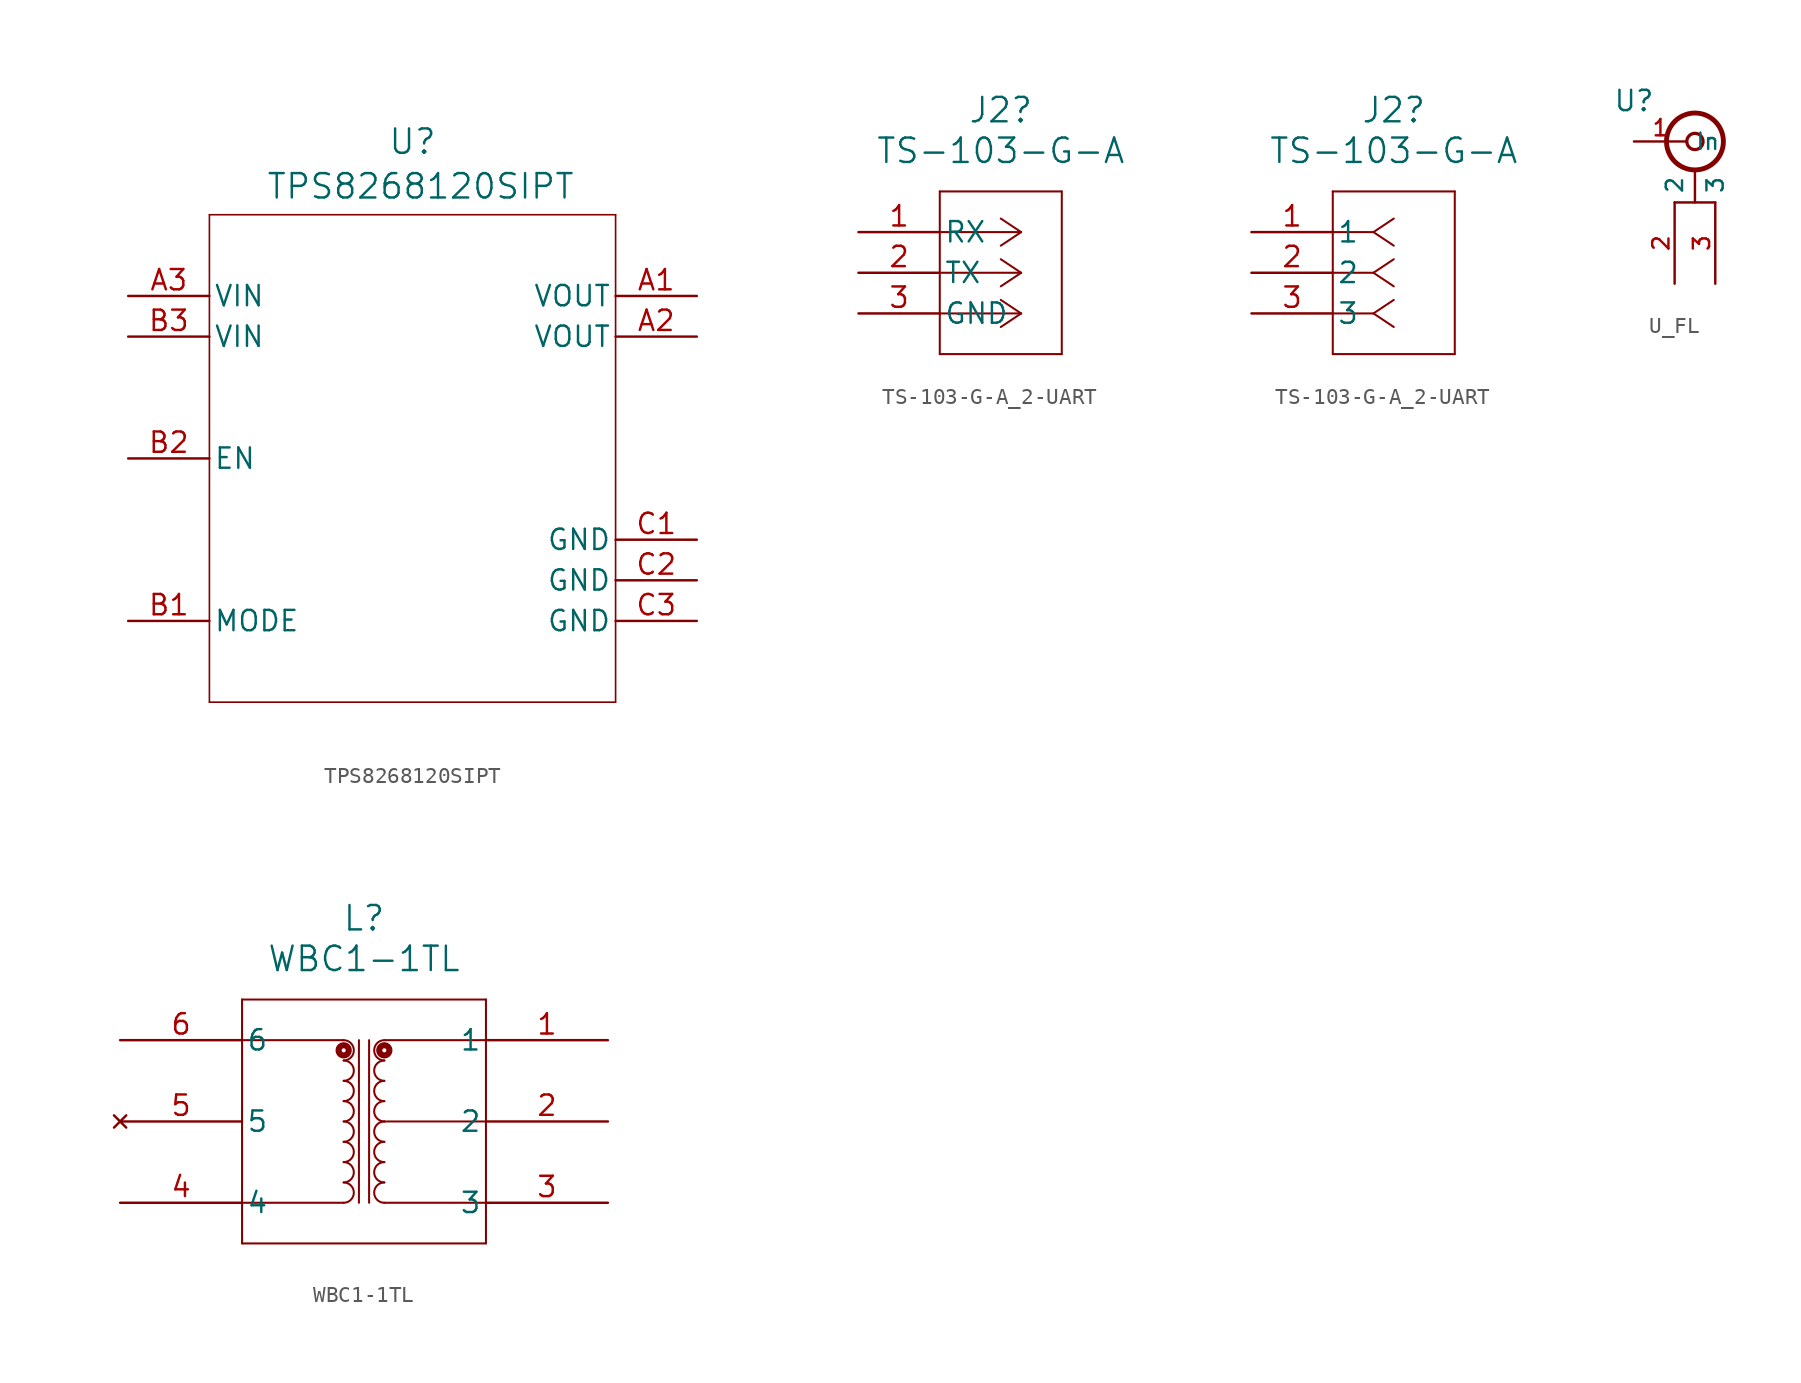
<source format=kicad_sym>
(kicad_symbol_lib
  (version 20241209)
  (generator "kicad_symbol_editor")
  (generator_version "9.0")
  (symbol "TPS8268120SIPT"
    (pin_names
      (offset 0.254))
    (property "Reference" "U"
      (at 0 19.812 0)
      (effects (font (size 1.524 1.524))))
    (property "Value" "TPS8268120SIPT"
      (at 0.508 17.018 0)
      (effects (font (size 1.524 1.524))))
    (symbol "TPS8268120SIPT_0_1"
      (polyline (pts (xy -12.7 15.24) (xy -12.7 -15.24)) (stroke (width 0.102) (type default)) (fill (type none)))
      (polyline (pts (xy -12.7 -15.24) (xy 12.7 -15.24)) (stroke (width 0.102) (type default)) (fill (type none)))
      (polyline (pts (xy 12.7 15.24) (xy -12.7 15.24)) (stroke (width 0.102) (type default)) (fill (type none)))
      (polyline (pts (xy 12.7 -15.24) (xy 12.7 15.24)) (stroke (width 0.102) (type default)) (fill (type none)))
      (pin power_in line (at -17.78 10.16 0) (length 5.08) (name "VIN" (effects (font (size 1.27 1.27)))) (number "A3" (effects (font (size 1.27 1.27)))))
      (pin power_in line (at -17.78 7.62 0) (length 5.08) (name "VIN" (effects (font (size 1.27 1.27)))) (number "B3" (effects (font (size 1.27 1.27)))))
      (pin input line (at -17.78 0 0) (length 5.08) (name "EN" (effects (font (size 1.27 1.27)))) (number "B2" (effects (font (size 1.27 1.27)))))
      (pin input line (at -17.78 -10.16 0) (length 5.08) (name "MODE" (effects (font (size 1.27 1.27)))) (number "B1" (effects (font (size 1.27 1.27)))))
      (pin power_in line (at 17.78 10.16 180) (length 5.08) (name "VOUT" (effects (font (size 1.27 1.27)))) (number "A1" (effects (font (size 1.27 1.27)))))
      (pin power_in line (at 17.78 7.62 180) (length 5.08) (name "VOUT" (effects (font (size 1.27 1.27)))) (number "A2" (effects (font (size 1.27 1.27)))))
      (pin power_in line (at 17.78 -5.08 180) (length 5.08) (name "GND" (effects (font (size 1.27 1.27)))) (number "C1" (effects (font (size 1.27 1.27)))))
      (pin power_in line (at 17.78 -7.62 180) (length 5.08) (name "GND" (effects (font (size 1.27 1.27)))) (number "C2" (effects (font (size 1.27 1.27)))))
      (pin power_in line (at 17.78 -10.16 180) (length 5.08) (name "GND" (effects (font (size 1.27 1.27)))) (number "C3" (effects (font (size 1.27 1.27)))))))
  (symbol "TS-103-G-A_2-UART"
    (pin_names
      (offset 0.254))
    (property "Reference" "J2"
      (at 8.89 7.62 0)
      (effects (font (size 1.524 1.524))))
    (property "Value" "TS-103-G-A"
      (at 8.89 5.08 0)
      (effects (font (size 1.524 1.524))))
    (symbol "TS-103-G-A_2-UART_1_1"
      (polyline (pts (xy 5.08 2.54) (xy 5.08 -7.62)) (stroke (width 0.127) (type default)) (fill (type none)))
      (polyline (pts (xy 5.08 -7.62) (xy 12.7 -7.62)) (stroke (width 0.127) (type default)) (fill (type none)))
      (polyline (pts (xy 10.16 0) (xy 5.08 0)) (stroke (width 0.127) (type default)) (fill (type none)))
      (polyline (pts (xy 10.16 0) (xy 8.89 0.847)) (stroke (width 0.127) (type default)) (fill (type none)))
      (polyline (pts (xy 10.16 0) (xy 8.89 -0.847)) (stroke (width 0.127) (type default)) (fill (type none)))
      (polyline (pts (xy 10.16 -2.54) (xy 5.08 -2.54)) (stroke (width 0.127) (type default)) (fill (type none)))
      (polyline (pts (xy 10.16 -2.54) (xy 8.89 -1.693)) (stroke (width 0.127) (type default)) (fill (type none)))
      (polyline (pts (xy 10.16 -2.54) (xy 8.89 -3.387)) (stroke (width 0.127) (type default)) (fill (type none)))
      (polyline (pts (xy 10.16 -5.08) (xy 5.08 -5.08)) (stroke (width 0.127) (type default)) (fill (type none)))
      (polyline (pts (xy 10.16 -5.08) (xy 8.89 -4.233)) (stroke (width 0.127) (type default)) (fill (type none)))
      (polyline (pts (xy 10.16 -5.08) (xy 8.89 -5.927)) (stroke (width 0.127) (type default)) (fill (type none)))
      (polyline (pts (xy 12.7 2.54) (xy 5.08 2.54)) (stroke (width 0.127) (type default)) (fill (type none)))
      (polyline (pts (xy 12.7 -7.62) (xy 12.7 2.54)) (stroke (width 0.127) (type default)) (fill (type none)))
      (pin output line (at 0 0 0) (length 5.08) (name "RX" (effects (font (size 1.27 1.27)))) (number "1" (effects (font (size 1.27 1.27)))))
      (pin input line (at 0 -2.54 0) (length 5.08) (name "TX" (effects (font (size 1.27 1.27)))) (number "2" (effects (font (size 1.27 1.27)))))
      (pin power_in line (at 0 -5.08 0) (length 5.08) (name "GND" (effects (font (size 1.27 1.27)))) (number "3" (effects (font (size 1.27 1.27))))))
    (symbol "TS-103-G-A_2-UART_1_2"
      (polyline (pts (xy 5.08 2.54) (xy 5.08 -7.62)) (stroke (width 0.127) (type default)) (fill (type none)))
      (polyline (pts (xy 5.08 -7.62) (xy 12.7 -7.62)) (stroke (width 0.127) (type default)) (fill (type none)))
      (polyline (pts (xy 7.62 0) (xy 5.08 0)) (stroke (width 0.127) (type default)) (fill (type none)))
      (polyline (pts (xy 7.62 0) (xy 8.89 0.847)) (stroke (width 0.127) (type default)) (fill (type none)))
      (polyline (pts (xy 7.62 0) (xy 8.89 -0.847)) (stroke (width 0.127) (type default)) (fill (type none)))
      (polyline (pts (xy 7.62 -2.54) (xy 5.08 -2.54)) (stroke (width 0.127) (type default)) (fill (type none)))
      (polyline (pts (xy 7.62 -2.54) (xy 8.89 -1.693)) (stroke (width 0.127) (type default)) (fill (type none)))
      (polyline (pts (xy 7.62 -2.54) (xy 8.89 -3.387)) (stroke (width 0.127) (type default)) (fill (type none)))
      (polyline (pts (xy 7.62 -5.08) (xy 5.08 -5.08)) (stroke (width 0.127) (type default)) (fill (type none)))
      (polyline (pts (xy 7.62 -5.08) (xy 8.89 -4.233)) (stroke (width 0.127) (type default)) (fill (type none)))
      (polyline (pts (xy 7.62 -5.08) (xy 8.89 -5.927)) (stroke (width 0.127) (type default)) (fill (type none)))
      (polyline (pts (xy 12.7 2.54) (xy 5.08 2.54)) (stroke (width 0.127) (type default)) (fill (type none)))
      (polyline (pts (xy 12.7 -7.62) (xy 12.7 2.54)) (stroke (width 0.127) (type default)) (fill (type none)))
      (pin output line (at 0 0 0) (length 5.08) (name "1" (effects (font (size 1.27 1.27)))) (number "1" (effects (font (size 1.27 1.27)))))
      (pin input line (at 0 -2.54 0) (length 5.08) (name "2" (effects (font (size 1.27 1.27)))) (number "2" (effects (font (size 1.27 1.27)))))
      (pin power_in line (at 0 -5.08 0) (length 5.08) (name "3" (effects (font (size 1.27 1.27)))) (number "3" (effects (font (size 1.27 1.27)))))))
  (symbol "U_FL"
    (property "Reference" "U"
      (at -3.81 2.54 0)
      (effects (font (size 1.27 1.27))))
    (property "Value" ""
      (at 0 0 0)
      (effects (font (size 1.27 1.27))))
    (symbol "U_FL_0_1"
      (polyline (pts (xy -1.27 -3.81) (xy 1.27 -3.81)) (stroke (width 0) (type default)) (fill (type none)))
      (circle (center 0 0) (radius 0.508) (stroke (width 0.203) (type default)) (fill (type none)))
      (circle (center 0 0) (radius 1.778) (stroke (width 0.305) (type default)) (fill (type none)))
      (polyline (pts (xy 0 -3.81) (xy 0 -1.778)) (stroke (width 0) (type default)) (fill (type none))))
    (symbol "U_FL_1_1"
      (pin bidirectional line (at -3.81 0 0) (length 3.302) (name "In" (effects (font (size 1.016 1.016)))) (number "1" (effects (font (size 1.016 1.016)))))
      (pin power_in line (at -1.27 -8.89 90) (length 5.08) (name "2" (effects (font (size 1.016 1.016)))) (number "2" (effects (font (size 1.016 1.016)))))
      (pin power_in line (at 1.27 -8.89 90) (length 5.08) (name "3" (effects (font (size 1.016 1.016)))) (number "3" (effects (font (size 1.016 1.016)))))))
  (symbol "WBC1-1TL"
    (pin_names
      (offset 0.254))
    (property "Reference" "L"
      (at -15.24 7.62 0)
      (effects (font (size 1.524 1.524))))
    (property "Value" "WBC1-1TL"
      (at -15.24 5.08 0)
      (effects (font (size 1.524 1.524))))
    (property "ki_locked" ""
      (at 0 0 0)
      (effects (font (size 1.27 1.27))))
    (symbol "WBC1-1TL_0_1"
      (polyline (pts (xy -22.86 2.54) (xy -22.86 -12.7)) (stroke (width 0.127) (type default)) (fill (type none)))
      (polyline (pts (xy -22.86 -10.16) (xy -16.51 -10.16)) (stroke (width 0.127) (type default)) (fill (type none)))
      (polyline (pts (xy -22.86 -12.7) (xy -7.62 -12.7)) (stroke (width 0.127) (type default)) (fill (type none)))
      (arc (start -16.51 0) (mid -15.8777 -0.635) (end -16.51 -1.27) (stroke (width 0.127) (type default)) (fill (type none)))
      (arc (start -16.51 -1.27) (mid -15.8777 -1.905) (end -16.51 -2.54) (stroke (width 0.127) (type default)) (fill (type none)))
      (arc (start -16.51 -2.54) (mid -15.8777 -3.175) (end -16.51 -3.81) (stroke (width 0.127) (type default)) (fill (type none)))
      (arc (start -16.51 -3.81) (mid -15.8777 -4.445) (end -16.51 -5.08) (stroke (width 0.127) (type default)) (fill (type none)))
      (arc (start -16.51 -5.08) (mid -15.8777 -5.715) (end -16.51 -6.35) (stroke (width 0.127) (type default)) (fill (type none)))
      (arc (start -16.51 -6.35) (mid -15.8777 -6.985) (end -16.51 -7.62) (stroke (width 0.127) (type default)) (fill (type none)))
      (arc (start -16.51 -7.62) (mid -15.8777 -8.255) (end -16.51 -8.89) (stroke (width 0.127) (type default)) (fill (type none)))
      (arc (start -16.51 -8.89) (mid -15.8777 -9.525) (end -16.51 -10.16) (stroke (width 0.127) (type default)) (fill (type none)))
      (polyline (pts (xy -16.51 0) (xy -22.86 0)) (stroke (width 0.127) (type default)) (fill (type none)))
      (circle (center -16.51 -0.635) (radius 0.127) (stroke (width 0.381) (type default)) (fill (type none)))
      (polyline (pts (xy -15.557 0) (xy -15.557 -10.16)) (stroke (width 0.127) (type default)) (fill (type none)))
      (polyline (pts (xy -14.922 -10.16) (xy -14.922 0)) (stroke (width 0.127) (type default)) (fill (type none)))
      (polyline (pts (xy -13.97 0) (xy -7.62 0)) (stroke (width 0.127) (type default)) (fill (type none)))
      (circle (center -13.97 -0.635) (radius 0.127) (stroke (width 0.381) (type default)) (fill (type none)))
      (polyline (pts (xy -13.97 -5.08) (xy -7.62 -5.08)) (stroke (width 0.127) (type default)) (fill (type none)))
      (arc (start -13.97 -1.27) (mid -14.6022 -0.635) (end -13.97 0) (stroke (width 0.127) (type default)) (fill (type none)))
      (arc (start -13.97 -2.54) (mid -14.6022 -1.905) (end -13.97 -1.27) (stroke (width 0.127) (type default)) (fill (type none)))
      (arc (start -13.97 -3.81) (mid -14.6022 -3.175) (end -13.97 -2.54) (stroke (width 0.127) (type default)) (fill (type none)))
      (arc (start -13.97 -5.08) (mid -14.6022 -4.445) (end -13.97 -3.81) (stroke (width 0.127) (type default)) (fill (type none)))
      (arc (start -13.97 -6.35) (mid -14.6022 -5.715) (end -13.97 -5.08) (stroke (width 0.127) (type default)) (fill (type none)))
      (arc (start -13.97 -7.62) (mid -14.6022 -6.985) (end -13.97 -6.35) (stroke (width 0.127) (type default)) (fill (type none)))
      (arc (start -13.97 -8.89) (mid -14.6022 -8.255) (end -13.97 -7.62) (stroke (width 0.127) (type default)) (fill (type none)))
      (arc (start -13.97 -10.16) (mid -14.6022 -9.525) (end -13.97 -8.89) (stroke (width 0.127) (type default)) (fill (type none)))
      (polyline (pts (xy -7.62 2.54) (xy -22.86 2.54)) (stroke (width 0.127) (type default)) (fill (type none)))
      (polyline (pts (xy -7.62 -10.16) (xy -13.97 -10.16)) (stroke (width 0.127) (type default)) (fill (type none)))
      (polyline (pts (xy -7.62 -12.7) (xy -7.62 2.54)) (stroke (width 0.127) (type default)) (fill (type none)))
      (pin passive line (at -30.48 0 0) (length 7.62) (name "6" (effects (font (size 1.27 1.27)))) (number "6" (effects (font (size 1.27 1.27)))))
      (pin no_connect line (at -30.48 -5.08 0) (length 7.62) (name "5" (effects (font (size 1.27 1.27)))) (number "5" (effects (font (size 1.27 1.27)))))
      (pin passive line (at -30.48 -10.16 0) (length 7.62) (name "4" (effects (font (size 1.27 1.27)))) (number "4" (effects (font (size 1.27 1.27)))))
      (pin passive line (at 0 0 180) (length 7.62) (name "1" (effects (font (size 1.27 1.27)))) (number "1" (effects (font (size 1.27 1.27)))))
      (pin passive line (at 0 -5.08 180) (length 7.62) (name "2" (effects (font (size 1.27 1.27)))) (number "2" (effects (font (size 1.27 1.27)))))
      (pin passive line (at 0 -10.16 180) (length 7.62) (name "3" (effects (font (size 1.27 1.27)))) (number "3" (effects (font (size 1.27 1.27))))))))
</source>
